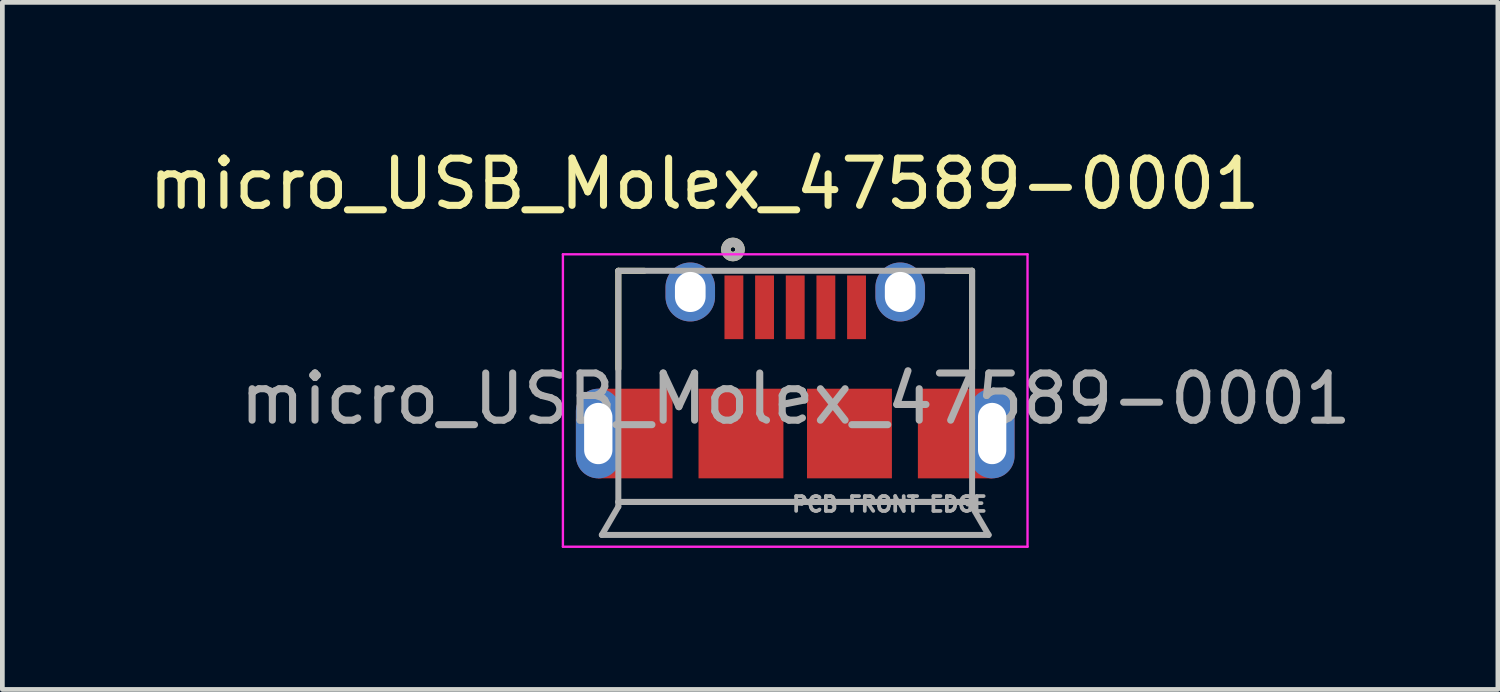
<source format=kicad_pcb>
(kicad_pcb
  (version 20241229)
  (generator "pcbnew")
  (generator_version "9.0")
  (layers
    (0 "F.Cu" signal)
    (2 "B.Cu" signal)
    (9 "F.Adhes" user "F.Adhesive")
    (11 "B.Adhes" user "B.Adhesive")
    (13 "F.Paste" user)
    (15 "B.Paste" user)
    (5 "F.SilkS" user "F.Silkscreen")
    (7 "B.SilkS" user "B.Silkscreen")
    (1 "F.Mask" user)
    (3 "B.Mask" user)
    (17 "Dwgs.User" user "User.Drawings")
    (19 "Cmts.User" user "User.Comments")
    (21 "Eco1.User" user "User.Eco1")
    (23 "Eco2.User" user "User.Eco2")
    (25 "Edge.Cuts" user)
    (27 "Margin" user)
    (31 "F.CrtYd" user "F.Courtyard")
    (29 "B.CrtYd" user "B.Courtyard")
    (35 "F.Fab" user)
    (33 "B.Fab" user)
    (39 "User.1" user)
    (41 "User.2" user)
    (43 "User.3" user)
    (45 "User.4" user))
  (footprint "micro_USB_Molex_47589-0001"
    (layer "F.Cu")
    (at 13.809 5.403)
    (property "Reference" "micro_USB_Molex_47589-0001" (at -1.922 -4.555 0) (layer "F.SilkS") (effects (font (size 1 1) (thickness 0.15))))
    (attr smd)
    (fp_line (start -3.75 -2.712) (end -3.2 -2.712) (stroke (width 0.127) (type solid)) (layer "F.SilkS"))
    (fp_line (start -3.75 -0.632) (end -3.75 -2.712) (stroke (width 0.127) (type solid)) (layer "F.SilkS"))
    (fp_line (start 3.75 -2.712) (end 3.2 -2.712) (stroke (width 0.127) (type solid)) (layer "F.SilkS"))
    (fp_line (start 3.75 -0.632) (end 3.75 -2.712) (stroke (width 0.127) (type solid)) (layer "F.SilkS"))
    (fp_circle (center -1.32 -3.164) (end -1.27 -3.164) (stroke (width 0.2) (type solid)) (fill no) (layer "F.SilkS"))
    (fp_line (start -4.925 -3.062) (end 4.925 -3.062) (stroke (width 0.05) (type solid)) (layer "F.CrtYd"))
    (fp_line (start -4.925 3.138) (end -4.925 -3.062) (stroke (width 0.05) (type solid)) (layer "F.CrtYd"))
    (fp_line (start 4.925 -3.062) (end 4.925 3.138) (stroke (width 0.05) (type solid)) (layer "F.CrtYd"))
    (fp_line (start 4.925 3.138) (end -4.925 3.138) (stroke (width 0.05) (type solid)) (layer "F.CrtYd"))
    (fp_line (start -4.1 2.888) (end -3.75 2.288) (stroke (width 0.127) (type solid)) (layer "F.Fab"))
    (fp_line (start -4.1 2.888) (end 4.1 2.888) (stroke (width 0.127) (type solid)) (layer "F.Fab"))
    (fp_line (start -3.75 -2.712) (end 3.75 -2.712) (stroke (width 0.127) (type solid)) (layer "F.Fab"))
    (fp_line (start -3.75 2.188) (end 3.75 2.188) (stroke (width 0.127) (type solid)) (layer "F.Fab"))
    (fp_line (start -3.75 2.188) (end 3.75 2.188) (stroke (width 0.127) (type solid)) (layer "F.Fab"))
    (fp_line (start -3.75 2.288) (end -3.75 -2.712) (stroke (width 0.127) (type solid)) (layer "F.Fab"))
    (fp_line (start 3.75 -2.712) (end 3.75 2.288) (stroke (width 0.127) (type solid)) (layer "F.Fab"))
    (fp_line (start 4.1 2.888) (end 3.75 2.288) (stroke (width 0.127) (type solid)) (layer "F.Fab"))
    (fp_circle (center -1.32 -3.164) (end -1.27 -3.164) (stroke (width 0.2) (type solid)) (fill no) (layer "F.Fab"))
    (fp_text user "${REFERENCE}" (at 0.01 0 0) (layer "F.Fab") (effects (font (size 1 1) (thickness 0.15))))
    (fp_text user "PCB FRONT EDGE" (at 2 2.237 0) (layer "F.Fab") (effects (font (size 0.315 0.315) (thickness 0.079))))
    (pad "1" smd rect (at -1.3 -1.938 270) (size 1.35 0.4) (layers "F.Cu" "F.Mask" "F.Paste"))
    (pad "2" smd rect (at -0.65 -1.938 270) (size 1.35 0.4) (layers "F.Cu" "F.Mask" "F.Paste"))
    (pad "3" smd rect (at 0 -1.938 270) (size 1.35 0.4) (layers "F.Cu" "F.Mask" "F.Paste"))
    (pad "4" smd rect (at 0.65 -1.938 270) (size 1.35 0.4) (layers "F.Cu" "F.Mask" "F.Paste"))
    (pad "5" smd rect (at 1.3 -1.938 270) (size 1.35 0.4) (layers "F.Cu" "F.Mask" "F.Paste"))
    (pad "6" thru_hole oval (at -4.175 0.738) (size 0.95 1.9) (drill oval 0.6 1.3) (layers "*.Cu" "*.Mask"))
    (pad "6" smd rect (at -3.388 0.738 90) (size 1.9 1.575) (layers "F.Cu" "F.Mask" "F.Paste"))
    (pad "6" thru_hole oval (at -2.225 -2.263) (size 1.05 1.25) (drill oval 0.65 0.85) (layers "*.Cu" "*.Mask"))
    (pad "6" smd rect (at -1.15 0.738 90) (size 1.9 1.8) (layers "F.Cu" "F.Mask" "F.Paste"))
    (pad "6" smd rect (at 1.15 0.738 90) (size 1.9 1.8) (layers "F.Cu" "F.Mask" "F.Paste"))
    (pad "6" thru_hole oval (at 2.225 -2.263) (size 1.05 1.25) (drill oval 0.65 0.85) (layers "*.Cu" "*.Mask"))
    (pad "6" smd rect (at 3.388 0.738 90) (size 1.901 1.575) (layers "F.Cu" "F.Mask" "F.Paste"))
    (pad "6" thru_hole oval (at 4.175 0.738) (size 0.95 1.9) (drill oval 0.6 1.3) (layers "*.Cu" "*.Mask")))
  (gr_rect
    (start -3 -3)
    (end 28.706 11.566)
    (stroke (width 0.1) (type default))
    (fill no)
    (layer "Edge.Cuts")))
</source>
